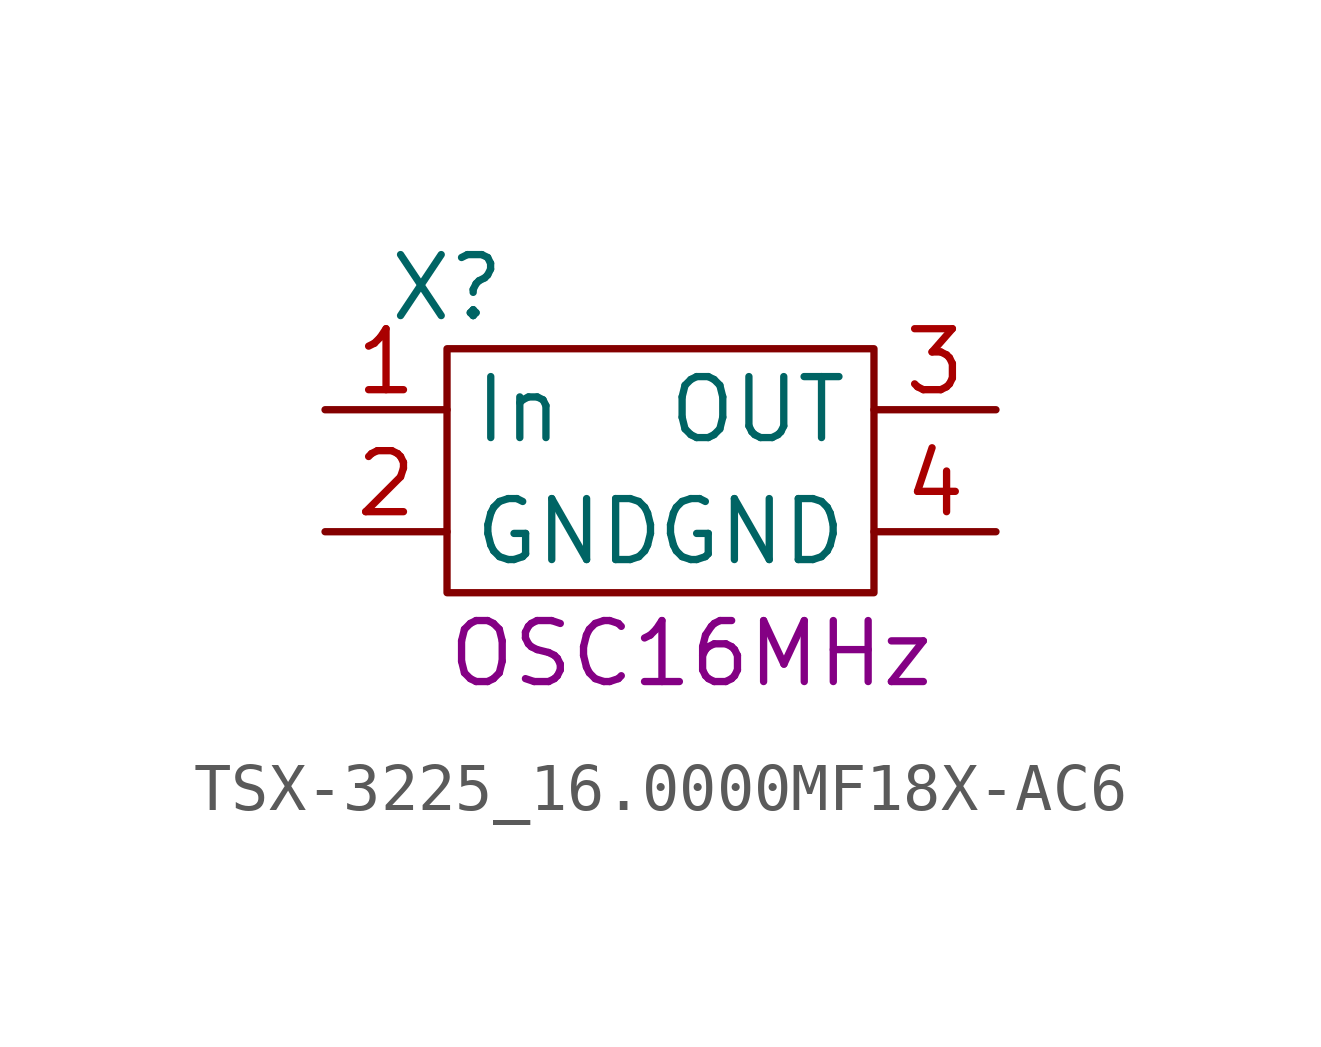
<source format=kicad_sym>
(kicad_symbol_lib
  (version 20211014)
  (generator kicad_symbol_editor)
  (symbol "TSX-3225_16.0000MF18X-AC6"
    (property "Reference" "X"
      (at -2.54 3.81 0)
      (effects (font (size 1.27 1.27))))
    (property "Field4" "OSC16MHz"
      (at 2.54 -3.81 0)
      (effects (font (size 1.27 1.27))))
    (symbol "TSX-3225_16.0000MF18X-AC6_0_0"
      (pin input line (at -5.08 1.27 0) (length 2.54) (name "In" (effects (font (size 1.27 1.27)))) (number "1" (effects (font (size 1.27 1.27)))))
      (pin bidirectional line (at -5.08 -1.27 0) (length 2.54) (name "GND" (effects (font (size 1.27 1.27)))) (number "2" (effects (font (size 1.27 1.27)))))
      (pin output line (at 8.89 1.27 180) (length 2.54) (name "OUT" (effects (font (size 1.27 1.27)))) (number "3" (effects (font (size 1.27 1.27)))))
      (pin bidirectional line (at 8.89 -1.27 180) (length 2.54) (name "GND" (effects (font (size 1.27 1.27)))) (number "4" (effects (font (size 1.27 1.27))))))
    (symbol "TSX-3225_16.0000MF18X-AC6_0_1"
      (rectangle (start -2.54 2.54) (end 6.35 -2.54) (stroke (width 0) (type default) (color 0 0 0 0)) (fill (type none))))))
</source>
